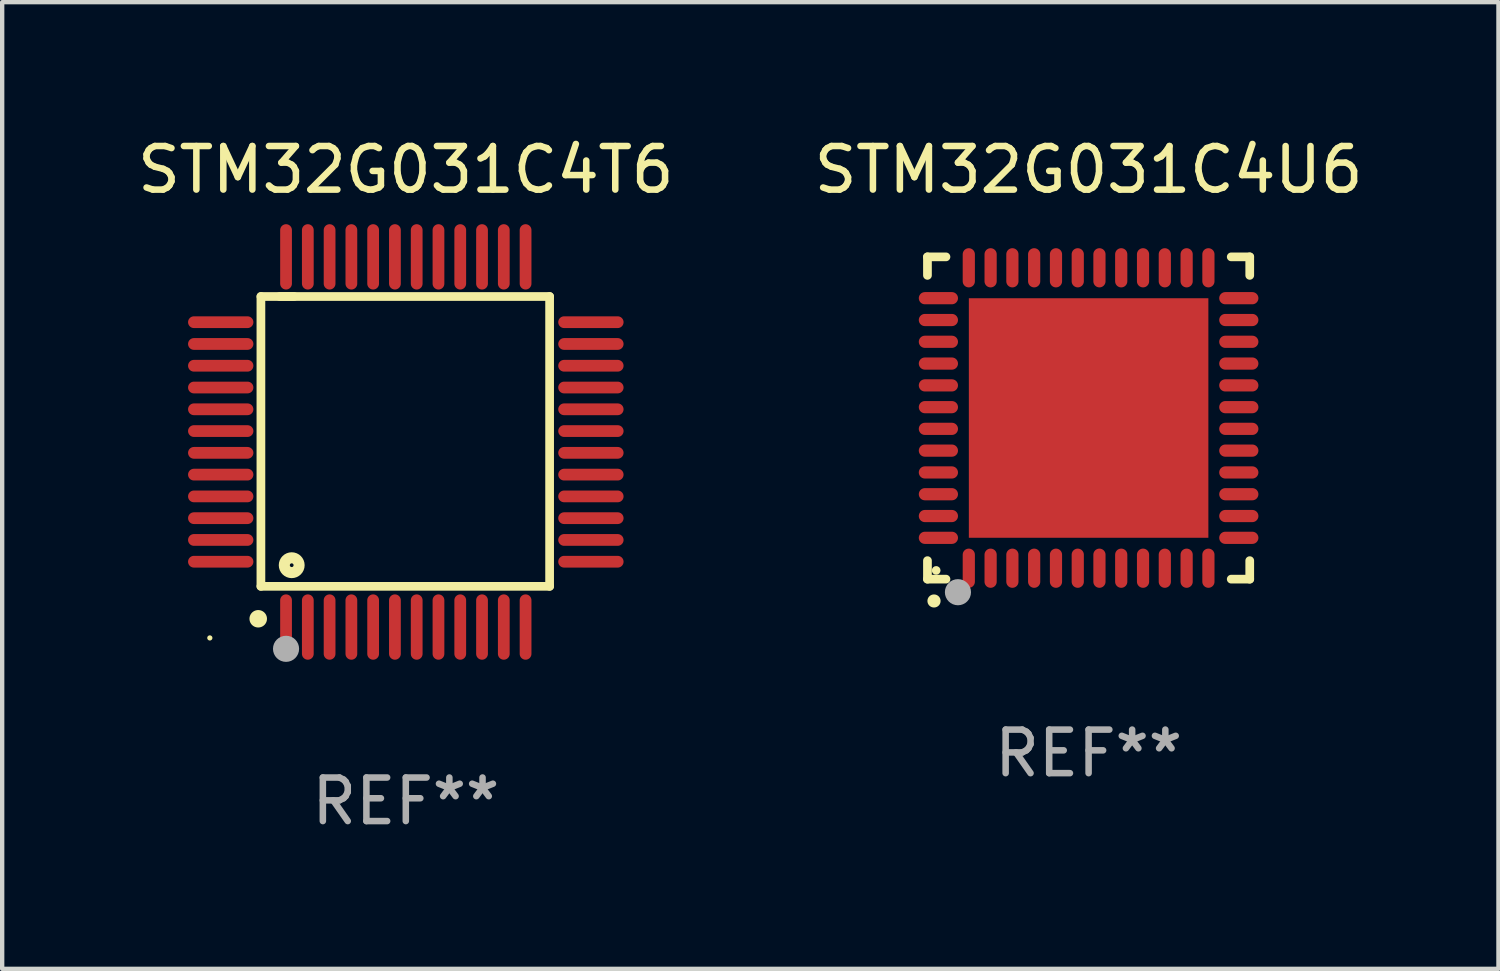
<source format=kicad_pcb>
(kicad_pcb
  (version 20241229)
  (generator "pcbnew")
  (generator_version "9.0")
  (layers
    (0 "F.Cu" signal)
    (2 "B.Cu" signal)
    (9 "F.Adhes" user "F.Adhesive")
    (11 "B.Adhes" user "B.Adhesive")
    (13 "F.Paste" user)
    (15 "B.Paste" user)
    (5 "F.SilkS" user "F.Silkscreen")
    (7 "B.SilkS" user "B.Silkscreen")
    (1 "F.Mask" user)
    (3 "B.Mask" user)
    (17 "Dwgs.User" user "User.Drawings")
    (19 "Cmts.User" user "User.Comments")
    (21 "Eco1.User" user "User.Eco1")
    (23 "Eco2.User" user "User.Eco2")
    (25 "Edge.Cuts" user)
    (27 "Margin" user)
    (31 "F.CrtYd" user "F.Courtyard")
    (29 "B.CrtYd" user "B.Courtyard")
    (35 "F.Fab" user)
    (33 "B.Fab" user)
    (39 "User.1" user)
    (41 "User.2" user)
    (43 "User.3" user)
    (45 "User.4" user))
  (footprint "STM32G031C4T6"
    (layer "F.Cu")
    (at 6.268 7.098)
    (property "Reference" "STM32G031C4T6" (at 0 -6.25 0) (layer "F.SilkS") (effects (font (size 1 1) (thickness 0.15))))
    (attr through_hole)
    (fp_line (start -3.327 -3.34) (end -2.565 -3.34) (stroke (width 0.2) (type solid)) (layer "F.SilkS"))
    (fp_line (start -3.327 3.315) (end -3.327 -3.34) (stroke (width 0.2) (type solid)) (layer "F.SilkS"))
    (fp_line (start -2.896 -3.34) (end 3.302 -3.34) (stroke (width 0.2) (type solid)) (layer "F.SilkS"))
    (fp_line (start 3.302 -3.34) (end 3.302 3.315) (stroke (width 0.2) (type solid)) (layer "F.SilkS"))
    (fp_line (start 3.302 3.315) (end -3.327 3.315) (stroke (width 0.2) (type solid)) (layer "F.SilkS"))
    (fp_arc (start -3.389992 4.059995) (mid -3.388722 4.059991) (end -3.387452 4.059995) (stroke (width 0.4) (type solid)) (layer "F.SilkS"))
    (fp_circle (center -4.5 4.5) (end -4.47 4.5) (stroke (width 0.06) (type solid)) (fill no) (layer "F.SilkS"))
    (fp_circle (center -2.62 2.83) (end -2.45 2.83) (stroke (width 0.254) (type solid)) (fill no) (layer "F.SilkS"))
    (fp_circle (center -2.75 4.75) (end -2.6 4.75) (stroke (width 0.3) (type solid)) (fill no) (layer "F.Fab"))
    (fp_text user "REF**" (at 0 8.25 0) (layer "F.Fab") (effects (font (size 1 1) (thickness 0.15))))
    (pad "1" smd oval (at -2.75 4.25) (size 0.27 1.5) (layers "F.Cu" "F.Mask" "F.Paste"))
    (pad "2" smd oval (at -2.25 4.25) (size 0.27 1.5) (layers "F.Cu" "F.Mask" "F.Paste"))
    (pad "3" smd oval (at -1.75 4.25) (size 0.27 1.5) (layers "F.Cu" "F.Mask" "F.Paste"))
    (pad "4" smd oval (at -1.25 4.25) (size 0.27 1.5) (layers "F.Cu" "F.Mask" "F.Paste"))
    (pad "5" smd oval (at -0.75 4.25) (size 0.27 1.5) (layers "F.Cu" "F.Mask" "F.Paste"))
    (pad "6" smd oval (at -0.25 4.25) (size 0.27 1.5) (layers "F.Cu" "F.Mask" "F.Paste"))
    (pad "7" smd oval (at 0.25 4.25) (size 0.27 1.5) (layers "F.Cu" "F.Mask" "F.Paste"))
    (pad "8" smd oval (at 0.75 4.25) (size 0.27 1.5) (layers "F.Cu" "F.Mask" "F.Paste"))
    (pad "9" smd oval (at 1.25 4.25) (size 0.27 1.5) (layers "F.Cu" "F.Mask" "F.Paste"))
    (pad "10" smd oval (at 1.75 4.25) (size 0.27 1.5) (layers "F.Cu" "F.Mask" "F.Paste"))
    (pad "11" smd oval (at 2.25 4.25) (size 0.27 1.5) (layers "F.Cu" "F.Mask" "F.Paste"))
    (pad "12" smd oval (at 2.75 4.25) (size 0.27 1.5) (layers "F.Cu" "F.Mask" "F.Paste"))
    (pad "13" smd oval (at 4.25 2.75) (size 1.5 0.27) (layers "F.Cu" "F.Mask" "F.Paste"))
    (pad "14" smd oval (at 4.25 2.25) (size 1.5 0.27) (layers "F.Cu" "F.Mask" "F.Paste"))
    (pad "15" smd oval (at 4.25 1.75) (size 1.5 0.27) (layers "F.Cu" "F.Mask" "F.Paste"))
    (pad "16" smd oval (at 4.25 1.25) (size 1.5 0.27) (layers "F.Cu" "F.Mask" "F.Paste"))
    (pad "17" smd oval (at 4.25 0.75) (size 1.5 0.27) (layers "F.Cu" "F.Mask" "F.Paste"))
    (pad "18" smd oval (at 4.25 0.25) (size 1.5 0.27) (layers "F.Cu" "F.Mask" "F.Paste"))
    (pad "19" smd oval (at 4.25 -0.25) (size 1.5 0.27) (layers "F.Cu" "F.Mask" "F.Paste"))
    (pad "20" smd oval (at 4.25 -0.75) (size 1.5 0.27) (layers "F.Cu" "F.Mask" "F.Paste"))
    (pad "21" smd oval (at 4.25 -1.25) (size 1.5 0.27) (layers "F.Cu" "F.Mask" "F.Paste"))
    (pad "22" smd oval (at 4.25 -1.75) (size 1.5 0.27) (layers "F.Cu" "F.Mask" "F.Paste"))
    (pad "23" smd oval (at 4.25 -2.25) (size 1.5 0.27) (layers "F.Cu" "F.Mask" "F.Paste"))
    (pad "24" smd oval (at 4.25 -2.75) (size 1.5 0.27) (layers "F.Cu" "F.Mask" "F.Paste"))
    (pad "25" smd oval (at 2.75 -4.25) (size 0.27 1.5) (layers "F.Cu" "F.Mask" "F.Paste"))
    (pad "26" smd oval (at 2.25 -4.25) (size 0.27 1.5) (layers "F.Cu" "F.Mask" "F.Paste"))
    (pad "27" smd oval (at 1.75 -4.25) (size 0.27 1.5) (layers "F.Cu" "F.Mask" "F.Paste"))
    (pad "28" smd oval (at 1.25 -4.25) (size 0.27 1.5) (layers "F.Cu" "F.Mask" "F.Paste"))
    (pad "29" smd oval (at 0.75 -4.25) (size 0.27 1.5) (layers "F.Cu" "F.Mask" "F.Paste"))
    (pad "30" smd oval (at 0.25 -4.25) (size 0.27 1.5) (layers "F.Cu" "F.Mask" "F.Paste"))
    (pad "31" smd oval (at -0.25 -4.25) (size 0.27 1.5) (layers "F.Cu" "F.Mask" "F.Paste"))
    (pad "32" smd oval (at -0.75 -4.25) (size 0.27 1.5) (layers "F.Cu" "F.Mask" "F.Paste"))
    (pad "33" smd oval (at -1.25 -4.25) (size 0.27 1.5) (layers "F.Cu" "F.Mask" "F.Paste"))
    (pad "34" smd oval (at -1.75 -4.25) (size 0.27 1.5) (layers "F.Cu" "F.Mask" "F.Paste"))
    (pad "35" smd oval (at -2.25 -4.25) (size 0.27 1.5) (layers "F.Cu" "F.Mask" "F.Paste"))
    (pad "36" smd oval (at -2.75 -4.25) (size 0.27 1.5) (layers "F.Cu" "F.Mask" "F.Paste"))
    (pad "37" smd oval (at -4.25 -2.75) (size 1.5 0.27) (layers "F.Cu" "F.Mask" "F.Paste"))
    (pad "38" smd oval (at -4.25 -2.25) (size 1.5 0.27) (layers "F.Cu" "F.Mask" "F.Paste"))
    (pad "39" smd oval (at -4.25 -1.75) (size 1.5 0.27) (layers "F.Cu" "F.Mask" "F.Paste"))
    (pad "40" smd oval (at -4.25 -1.25) (size 1.5 0.27) (layers "F.Cu" "F.Mask" "F.Paste"))
    (pad "41" smd oval (at -4.25 -0.75) (size 1.5 0.27) (layers "F.Cu" "F.Mask" "F.Paste"))
    (pad "42" smd oval (at -4.25 -0.25) (size 1.5 0.27) (layers "F.Cu" "F.Mask" "F.Paste"))
    (pad "43" smd oval (at -4.25 0.25) (size 1.5 0.27) (layers "F.Cu" "F.Mask" "F.Paste"))
    (pad "44" smd oval (at -4.25 0.75) (size 1.5 0.27) (layers "F.Cu" "F.Mask" "F.Paste"))
    (pad "45" smd oval (at -4.25 1.25) (size 1.5 0.27) (layers "F.Cu" "F.Mask" "F.Paste"))
    (pad "46" smd oval (at -4.25 1.75) (size 1.5 0.27) (layers "F.Cu" "F.Mask" "F.Paste"))
    (pad "47" smd oval (at -4.25 2.25) (size 1.5 0.27) (layers "F.Cu" "F.Mask" "F.Paste"))
    (pad "48" smd oval (at -4.25 2.75) (size 1.5 0.27) (layers "F.Cu" "F.Mask" "F.Paste")))
  (footprint "STM32G031C4U6"
    (layer "F.Cu")
    (at 21.946 6.548)
    (property "Reference" "STM32G031C4U6" (at 0 -5.7 0) (layer "F.SilkS") (effects (font (size 1 1) (thickness 0.15))))
    (attr through_hole)
    (fp_line (start -3.7 -3.7) (end -3.275 -3.7) (stroke (width 0.2) (type solid)) (layer "F.SilkS"))
    (fp_line (start -3.7 -3.275) (end -3.7 -3.7) (stroke (width 0.2) (type solid)) (layer "F.SilkS"))
    (fp_line (start -3.7 3.7) (end -3.7 3.275) (stroke (width 0.2) (type solid)) (layer "F.SilkS"))
    (fp_line (start -3.275 3.7) (end -3.7 3.7) (stroke (width 0.2) (type solid)) (layer "F.SilkS"))
    (fp_line (start 3.7 -3.7) (end 3.275 -3.7) (stroke (width 0.2) (type solid)) (layer "F.SilkS"))
    (fp_line (start 3.7 -3.275) (end 3.7 -3.7) (stroke (width 0.2) (type solid)) (layer "F.SilkS"))
    (fp_line (start 3.7 3.275) (end 3.7 3.7) (stroke (width 0.2) (type solid)) (layer "F.SilkS"))
    (fp_line (start 3.7 3.7) (end 3.275 3.7) (stroke (width 0.2) (type solid)) (layer "F.SilkS"))
    (fp_arc (start -3.550927 4.201168) (mid -3.549657 4.201163) (end -3.548387 4.201168) (stroke (width 0.3) (type solid)) (layer "F.SilkS"))
    (fp_circle (center -3.5 3.5) (end -3.45 3.5) (stroke (width 0.1) (type solid)) (fill no) (layer "F.SilkS"))
    (fp_circle (center -3 4) (end -2.85 4) (stroke (width 0.3) (type solid)) (fill no) (layer "F.Fab"))
    (fp_text user "REF**" (at 0 7.7 0) (layer "F.Fab") (effects (font (size 1 1) (thickness 0.15))))
    (pad "1" smd oval (at -2.751 3.449) (size 0.28 0.9) (layers "F.Cu" "F.Mask" "F.Paste"))
    (pad "2" smd oval (at -2.25 3.449) (size 0.28 0.9) (layers "F.Cu" "F.Mask" "F.Paste"))
    (pad "3" smd oval (at -1.75 3.449) (size 0.28 0.9) (layers "F.Cu" "F.Mask" "F.Paste"))
    (pad "4" smd oval (at -1.25 3.449) (size 0.28 0.9) (layers "F.Cu" "F.Mask" "F.Paste"))
    (pad "5" smd oval (at -0.749 3.449) (size 0.28 0.9) (layers "F.Cu" "F.Mask" "F.Paste"))
    (pad "6" smd oval (at -0.249 3.449) (size 0.28 0.9) (layers "F.Cu" "F.Mask" "F.Paste"))
    (pad "7" smd oval (at 0.249 3.449) (size 0.28 0.9) (layers "F.Cu" "F.Mask" "F.Paste"))
    (pad "8" smd oval (at 0.749 3.449) (size 0.28 0.9) (layers "F.Cu" "F.Mask" "F.Paste"))
    (pad "9" smd oval (at 1.25 3.449) (size 0.28 0.9) (layers "F.Cu" "F.Mask" "F.Paste"))
    (pad "10" smd oval (at 1.75 3.449) (size 0.28 0.9) (layers "F.Cu" "F.Mask" "F.Paste"))
    (pad "11" smd oval (at 2.251 3.449) (size 0.28 0.9) (layers "F.Cu" "F.Mask" "F.Paste"))
    (pad "12" smd oval (at 2.751 3.449) (size 0.28 0.9) (layers "F.Cu" "F.Mask" "F.Paste"))
    (pad "13" smd oval (at 3.449 2.751) (size 0.9 0.28) (layers "F.Cu" "F.Mask" "F.Paste"))
    (pad "14" smd oval (at 3.449 2.251) (size 0.9 0.28) (layers "F.Cu" "F.Mask" "F.Paste"))
    (pad "15" smd oval (at 3.449 1.75) (size 0.9 0.28) (layers "F.Cu" "F.Mask" "F.Paste"))
    (pad "16" smd oval (at 3.449 1.25) (size 0.9 0.28) (layers "F.Cu" "F.Mask" "F.Paste"))
    (pad "17" smd oval (at 3.449 0.749) (size 0.9 0.28) (layers "F.Cu" "F.Mask" "F.Paste"))
    (pad "18" smd oval (at 3.449 0.249) (size 0.9 0.28) (layers "F.Cu" "F.Mask" "F.Paste"))
    (pad "19" smd oval (at 3.449 -0.249) (size 0.9 0.28) (layers "F.Cu" "F.Mask" "F.Paste"))
    (pad "20" smd oval (at 3.449 -0.749) (size 0.9 0.28) (layers "F.Cu" "F.Mask" "F.Paste"))
    (pad "21" smd oval (at 3.449 -1.25) (size 0.9 0.28) (layers "F.Cu" "F.Mask" "F.Paste"))
    (pad "22" smd oval (at 3.449 -1.75) (size 0.9 0.28) (layers "F.Cu" "F.Mask" "F.Paste"))
    (pad "23" smd oval (at 3.449 -2.25) (size 0.9 0.28) (layers "F.Cu" "F.Mask" "F.Paste"))
    (pad "24" smd oval (at 3.449 -2.751) (size 0.9 0.28) (layers "F.Cu" "F.Mask" "F.Paste"))
    (pad "25" smd oval (at 2.751 -3.449) (size 0.28 0.9) (layers "F.Cu" "F.Mask" "F.Paste"))
    (pad "26" smd oval (at 2.251 -3.449) (size 0.28 0.9) (layers "F.Cu" "F.Mask" "F.Paste"))
    (pad "27" smd oval (at 1.75 -3.449) (size 0.28 0.9) (layers "F.Cu" "F.Mask" "F.Paste"))
    (pad "28" smd oval (at 1.25 -3.449) (size 0.28 0.9) (layers "F.Cu" "F.Mask" "F.Paste"))
    (pad "29" smd oval (at 0.749 -3.449) (size 0.28 0.9) (layers "F.Cu" "F.Mask" "F.Paste"))
    (pad "30" smd oval (at 0.249 -3.449) (size 0.28 0.9) (layers "F.Cu" "F.Mask" "F.Paste"))
    (pad "31" smd oval (at -0.249 -3.449) (size 0.28 0.9) (layers "F.Cu" "F.Mask" "F.Paste"))
    (pad "32" smd oval (at -0.749 -3.449) (size 0.28 0.9) (layers "F.Cu" "F.Mask" "F.Paste"))
    (pad "33" smd oval (at -1.25 -3.449) (size 0.28 0.9) (layers "F.Cu" "F.Mask" "F.Paste"))
    (pad "34" smd oval (at -1.75 -3.449) (size 0.28 0.9) (layers "F.Cu" "F.Mask" "F.Paste"))
    (pad "35" smd oval (at -2.25 -3.449) (size 0.28 0.9) (layers "F.Cu" "F.Mask" "F.Paste"))
    (pad "36" smd oval (at -2.751 -3.449) (size 0.28 0.9) (layers "F.Cu" "F.Mask" "F.Paste"))
    (pad "37" smd oval (at -3.449 -2.751) (size 0.9 0.28) (layers "F.Cu" "F.Mask" "F.Paste"))
    (pad "38" smd oval (at -3.449 -2.25) (size 0.9 0.28) (layers "F.Cu" "F.Mask" "F.Paste"))
    (pad "39" smd oval (at -3.449 -1.75) (size 0.9 0.28) (layers "F.Cu" "F.Mask" "F.Paste"))
    (pad "40" smd oval (at -3.449 -1.25) (size 0.9 0.28) (layers "F.Cu" "F.Mask" "F.Paste"))
    (pad "41" smd oval (at -3.449 -0.749) (size 0.9 0.28) (layers "F.Cu" "F.Mask" "F.Paste"))
    (pad "42" smd oval (at -3.449 -0.249) (size 0.9 0.28) (layers "F.Cu" "F.Mask" "F.Paste"))
    (pad "43" smd oval (at -3.449 0.249) (size 0.9 0.28) (layers "F.Cu" "F.Mask" "F.Paste"))
    (pad "44" smd oval (at -3.449 0.749) (size 0.9 0.28) (layers "F.Cu" "F.Mask" "F.Paste"))
    (pad "45" smd oval (at -3.449 1.25) (size 0.9 0.28) (layers "F.Cu" "F.Mask" "F.Paste"))
    (pad "46" smd oval (at -3.449 1.75) (size 0.9 0.28) (layers "F.Cu" "F.Mask" "F.Paste"))
    (pad "47" smd oval (at -3.449 2.251) (size 0.9 0.28) (layers "F.Cu" "F.Mask" "F.Paste"))
    (pad "48" smd oval (at -3.449 2.751) (size 0.9 0.28) (layers "F.Cu" "F.Mask" "F.Paste"))
    (pad "49" smd rect (at 0.000076 0.000076) (size 5.5 5.5) (layers "F.Cu" "F.Mask" "F.Paste")))
  (gr_rect
    (start -3 -3)
    (end 31.357 19.196)
    (stroke (width 0.1) (type default))
    (fill no)
    (layer "Edge.Cuts")))
</source>
